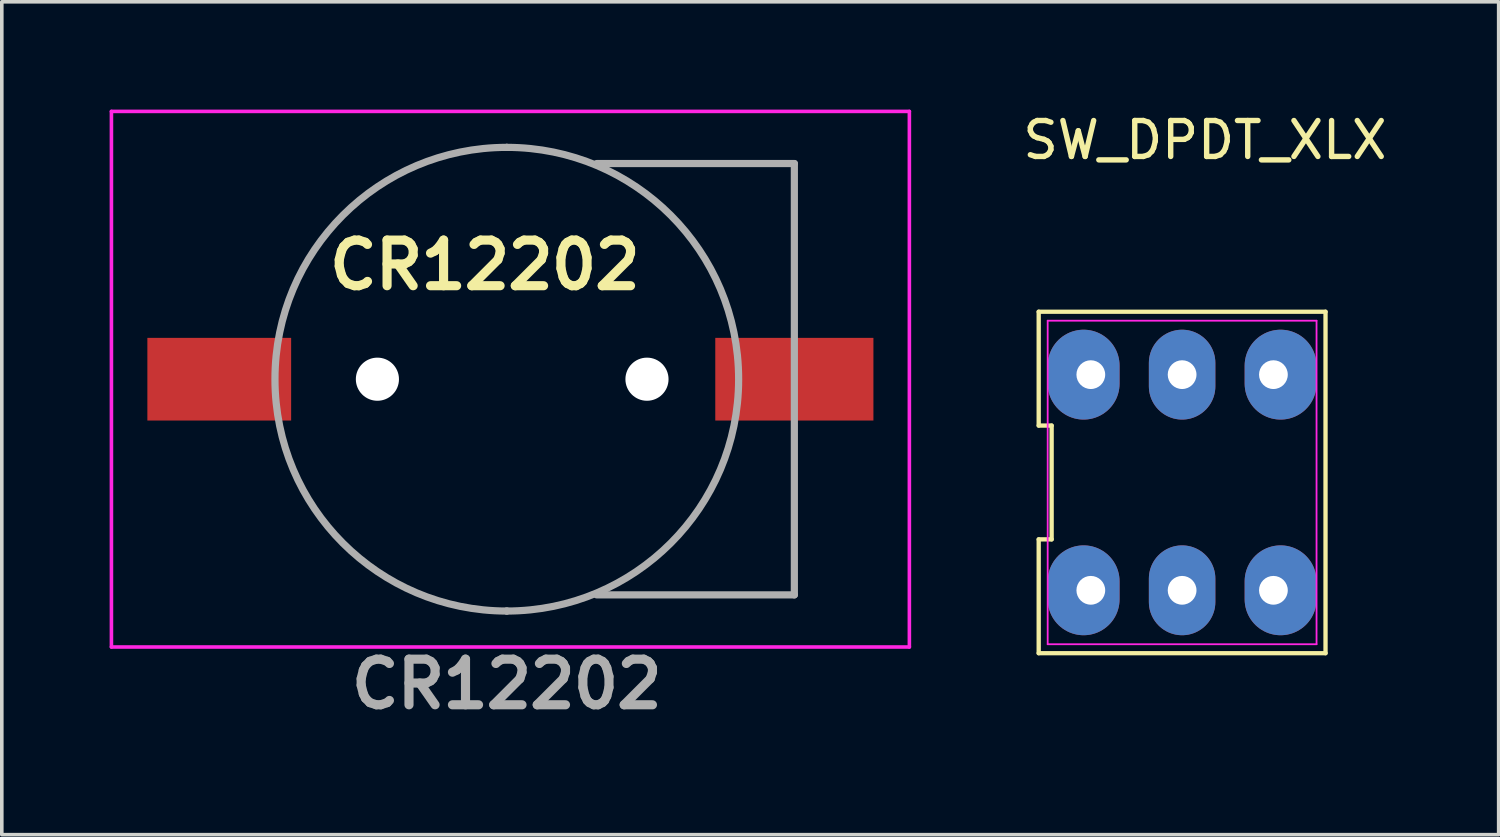
<source format=kicad_pcb>
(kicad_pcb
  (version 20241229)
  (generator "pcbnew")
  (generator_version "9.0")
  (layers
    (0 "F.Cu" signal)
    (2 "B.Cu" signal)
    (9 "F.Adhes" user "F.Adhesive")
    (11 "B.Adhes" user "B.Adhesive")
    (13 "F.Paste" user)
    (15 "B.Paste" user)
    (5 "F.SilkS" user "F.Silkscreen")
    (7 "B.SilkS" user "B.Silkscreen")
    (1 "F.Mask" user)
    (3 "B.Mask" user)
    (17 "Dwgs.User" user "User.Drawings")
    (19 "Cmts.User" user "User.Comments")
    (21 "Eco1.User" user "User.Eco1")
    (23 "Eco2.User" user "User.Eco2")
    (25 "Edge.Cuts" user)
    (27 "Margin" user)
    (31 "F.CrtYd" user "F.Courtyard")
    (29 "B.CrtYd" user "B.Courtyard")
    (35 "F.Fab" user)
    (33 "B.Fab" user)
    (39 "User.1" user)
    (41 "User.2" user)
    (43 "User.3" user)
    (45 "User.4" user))
  (footprint "CR12202"
    (layer "F.Cu")
    (at 11.05 7.5)
    (property "Reference" "CR12202" (at -0.61 -3.175 0) (layer "F.SilkS") (effects (font (size 1.27 1.27) (thickness 0.254))))
    (attr through_hole)
    (fp_line (start 3.5 6) (end 8 6) (stroke (width 0.1) (type solid)) (layer "F.SilkS"))
    (fp_line (start 3.9 -6) (end 8 -6) (stroke (width 0.1) (type solid)) (layer "F.SilkS"))
    (fp_line (start 8 -6) (end 8 -2) (stroke (width 0.1) (type solid)) (layer "F.SilkS"))
    (fp_line (start 8 6) (end 8 2) (stroke (width 0.1) (type solid)) (layer "F.SilkS"))
    (fp_line (start -11 -7.45) (end 11.2 -7.45) (stroke (width 0.1) (type solid)) (layer "F.CrtYd"))
    (fp_line (start -11 7.45) (end -11 -7.45) (stroke (width 0.1) (type solid)) (layer "F.CrtYd"))
    (fp_line (start 11.2 -7.45) (end 11.2 7.45) (stroke (width 0.1) (type solid)) (layer "F.CrtYd"))
    (fp_line (start 11.2 7.45) (end -11 7.45) (stroke (width 0.1) (type solid)) (layer "F.CrtYd"))
    (fp_line (start 0 -6.45) (end 0 -6.45) (stroke (width 0.2) (type solid)) (layer "F.Fab"))
    (fp_line (start 0 6.45) (end 0 6.45) (stroke (width 0.2) (type solid)) (layer "F.Fab"))
    (fp_line (start 2.5 6) (end 8 6) (stroke (width 0.2) (type solid)) (layer "F.Fab"))
    (fp_line (start 8 -6) (end 2.5 -6) (stroke (width 0.2) (type solid)) (layer "F.Fab"))
    (fp_line (start 8 6) (end 8 -6) (stroke (width 0.2) (type solid)) (layer "F.Fab"))
    (fp_arc (start 0 -6.45) (mid 6.45 0) (end 0 6.45) (stroke (width 0.2) (type solid)) (layer "F.Fab"))
    (fp_arc (start 0 6.45) (mid -6.45 0) (end 0 -6.45) (stroke (width 0.2) (type solid)) (layer "F.Fab"))
    (fp_text user "${REFERENCE}" (at 0 8.484 0) (layer "F.Fab") (effects (font (size 1.27 1.27) (thickness 0.254))))
    (pad "" np_thru_hole circle (at -3.6 0) (size 1.2 1.2) (drill 1.2) (layers "*.Cu" "*.Mask"))
    (pad "" np_thru_hole circle (at 3.9 0) (size 1.2 1.2) (drill 1.2) (layers "*.Cu" "*.Mask"))
    (pad "1" smd rect (at -8 0 90) (size 2.3 4) (layers "F.Cu" "F.Mask" "F.Paste"))
    (pad "2" smd rect (at 8 0 90) (size 2.3 4.4) (layers "F.Cu" "F.Mask" "F.Paste")))
  (footprint "SW_DPDT_XLX"
    (layer "F.Cu")
    (at 29.838 10.373)
    (property "Reference" "SW_DPDT_XLX" (at 0.635 -9.525 180) (layer "F.SilkS") (effects (font (size 1 1) (thickness 0.15))))
    (attr through_hole)
    (fp_line (start -3.99 -1.583) (end -3.63 -1.583) (stroke (width 0.12) (type solid)) (layer "F.SilkS"))
    (fp_line (start -3.99 1.583) (end -3.99 4.75) (stroke (width 0.12) (type solid)) (layer "F.SilkS"))
    (fp_line (start -3.99 4.75) (end 3.99 4.75) (stroke (width 0.12) (type solid)) (layer "F.SilkS"))
    (fp_line (start -3.99 -4.75) (end -3.99 -1.583) (stroke (width 0.12) (type solid)) (layer "F.SilkS"))
    (fp_line (start -3.63 -1.583) (end -3.63 1.583) (stroke (width 0.12) (type solid)) (layer "F.SilkS"))
    (fp_line (start -3.63 1.583) (end -3.99 1.583) (stroke (width 0.12) (type solid)) (layer "F.SilkS"))
    (fp_line (start 3.99 4.75) (end 3.99 -4.75) (stroke (width 0.12) (type solid)) (layer "F.SilkS"))
    (fp_line (start 3.99 -4.75) (end -3.99 -4.75) (stroke (width 0.12) (type solid)) (layer "F.SilkS"))
    (fp_line (start -3.74 -4.5) (end 3.74 -4.5) (stroke (width 0.05) (type solid)) (layer "F.CrtYd"))
    (fp_line (start -3.74 4.5) (end -3.74 -4.5) (stroke (width 0.05) (type solid)) (layer "F.CrtYd"))
    (fp_line (start 3.74 -4.5) (end 3.74 4.5) (stroke (width 0.05) (type solid)) (layer "F.CrtYd"))
    (fp_line (start 3.74 4.5) (end -3.74 4.5) (stroke (width 0.05) (type solid)) (layer "F.CrtYd"))
    (pad "1" thru_hole oval (at -2.54 3) (size 2 2.5) (drill 0.8 (offset -0.2 0)) (layers "B.Cu"))
    (pad "2" thru_hole oval (at 0 3) (size 1.85 2.5) (drill 0.8) (layers "B.Cu"))
    (pad "3" thru_hole oval (at 2.54 3) (size 2 2.5) (drill 0.8 (offset 0.2 0)) (layers "B.Cu"))
    (pad "4" thru_hole oval (at 2.54 -3) (size 2 2.5) (drill 0.8 (offset 0.2 0)) (layers "B.Cu"))
    (pad "5" thru_hole oval (at 0 -3) (size 1.85 2.5) (drill 0.8) (layers "B.Cu"))
    (pad "6" thru_hole oval (at -2.54 -3) (size 2 2.5) (drill 0.8 (offset -0.2 0)) (layers "B.Cu")))
  (gr_rect
    (start -3 -3)
    (end 38.645 20.172)
    (stroke (width 0.1) (type default))
    (fill no)
    (layer "Edge.Cuts")))
</source>
